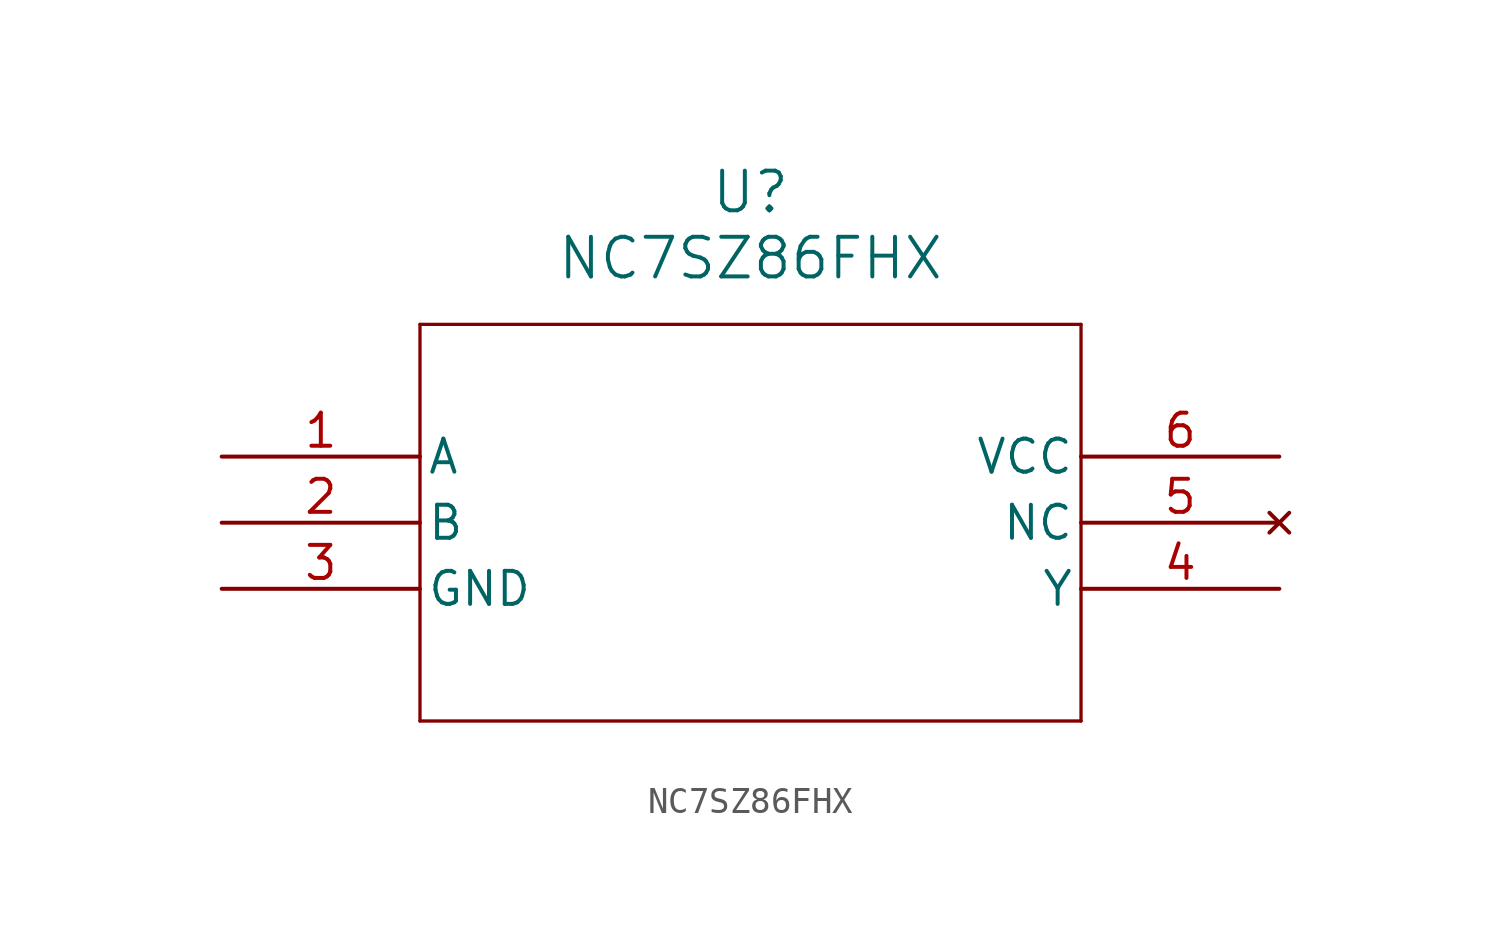
<source format=kicad_sym>
(kicad_symbol_lib
  (version 20241209)
  (generator "kicad_symbol_editor")
  (generator_version "9.0")
  (symbol "NC7SZ86FHX"
    (pin_names
      (offset 0.254))
    (property "Reference" "U"
      (at 20.32 10.16 0)
      (effects (font (size 1.524 1.524))))
    (property "Value" "NC7SZ86FHX"
      (at 20.32 7.62 0)
      (effects (font (size 1.524 1.524))))
    (property "ki_locked" ""
      (at 0 0 0)
      (effects (font (size 1.27 1.27))))
    (symbol "NC7SZ86FHX_0_1"
      (polyline (pts (xy 7.62 5.08) (xy 7.62 -10.16)) (stroke (width 0.127) (type default)) (fill (type none)))
      (polyline (pts (xy 7.62 -10.16) (xy 33.02 -10.16)) (stroke (width 0.127) (type default)) (fill (type none)))
      (polyline (pts (xy 33.02 5.08) (xy 7.62 5.08)) (stroke (width 0.127) (type default)) (fill (type none)))
      (polyline (pts (xy 33.02 -10.16) (xy 33.02 5.08)) (stroke (width 0.127) (type default)) (fill (type none)))
      (pin unspecified line (at 0 0 0) (length 7.62) (name "A" (effects (font (size 1.27 1.27)))) (number "1" (effects (font (size 1.27 1.27)))))
      (pin unspecified line (at 0 -2.54 0) (length 7.62) (name "B" (effects (font (size 1.27 1.27)))) (number "2" (effects (font (size 1.27 1.27)))))
      (pin power_out line (at 0 -5.08 0) (length 7.62) (name "GND" (effects (font (size 1.27 1.27)))) (number "3" (effects (font (size 1.27 1.27)))))
      (pin power_in line (at 40.64 0 180) (length 7.62) (name "VCC" (effects (font (size 1.27 1.27)))) (number "6" (effects (font (size 1.27 1.27)))))
      (pin no_connect line (at 40.64 -2.54 180) (length 7.62) (name "NC" (effects (font (size 1.27 1.27)))) (number "5" (effects (font (size 1.27 1.27)))))
      (pin unspecified line (at 40.64 -5.08 180) (length 7.62) (name "Y" (effects (font (size 1.27 1.27)))) (number "4" (effects (font (size 1.27 1.27))))))))
</source>
